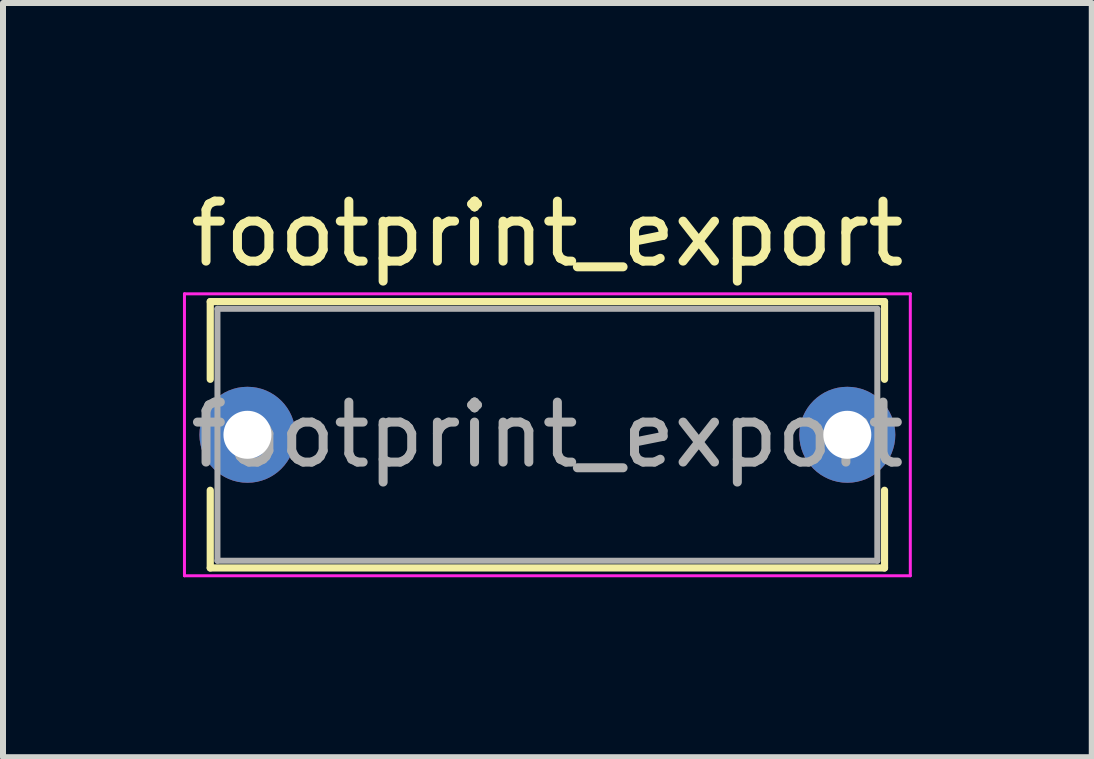
<source format=kicad_pcb>
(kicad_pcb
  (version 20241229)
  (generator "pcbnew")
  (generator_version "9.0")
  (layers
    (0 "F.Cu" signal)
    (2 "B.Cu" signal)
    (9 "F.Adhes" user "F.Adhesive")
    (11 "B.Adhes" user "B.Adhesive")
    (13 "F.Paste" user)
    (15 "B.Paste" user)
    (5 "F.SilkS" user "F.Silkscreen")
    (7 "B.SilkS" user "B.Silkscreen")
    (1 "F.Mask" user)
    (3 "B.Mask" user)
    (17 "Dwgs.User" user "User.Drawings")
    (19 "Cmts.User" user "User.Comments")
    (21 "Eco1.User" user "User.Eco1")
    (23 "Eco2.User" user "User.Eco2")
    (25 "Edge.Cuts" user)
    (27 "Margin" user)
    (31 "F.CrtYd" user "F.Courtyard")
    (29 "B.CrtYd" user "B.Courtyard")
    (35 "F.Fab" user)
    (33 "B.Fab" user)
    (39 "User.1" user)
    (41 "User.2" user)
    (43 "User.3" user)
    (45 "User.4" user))
  (footprint "footprint_export"
    (layer "F.Cu")
    (at 1.075 4.198)
    (property "Reference" "footprint_export" (at 5 -3.35 0) (layer "F.SilkS") (effects (font (size 1 1) (thickness 0.15))))
    (attr through_hole)
    (fp_line (start -0.62 -2.22) (end -0.62 -0.925) (stroke (width 0.12) (type solid)) (layer "F.SilkS"))
    (fp_line (start -0.62 -2.22) (end 10.62 -2.22) (stroke (width 0.12) (type solid)) (layer "F.SilkS"))
    (fp_line (start -0.62 0.925) (end -0.62 2.22) (stroke (width 0.12) (type solid)) (layer "F.SilkS"))
    (fp_line (start -0.62 2.22) (end 10.62 2.22) (stroke (width 0.12) (type solid)) (layer "F.SilkS"))
    (fp_line (start 10.62 -2.22) (end 10.62 -0.925) (stroke (width 0.12) (type solid)) (layer "F.SilkS"))
    (fp_line (start 10.62 0.925) (end 10.62 2.22) (stroke (width 0.12) (type solid)) (layer "F.SilkS"))
    (fp_line (start -1.05 -2.35) (end -1.05 2.35) (stroke (width 0.05) (type solid)) (layer "F.CrtYd"))
    (fp_line (start -1.05 2.35) (end 11.05 2.35) (stroke (width 0.05) (type solid)) (layer "F.CrtYd"))
    (fp_line (start 11.05 -2.35) (end -1.05 -2.35) (stroke (width 0.05) (type solid)) (layer "F.CrtYd"))
    (fp_line (start 11.05 2.35) (end 11.05 -2.35) (stroke (width 0.05) (type solid)) (layer "F.CrtYd"))
    (fp_line (start -0.5 -2.1) (end -0.5 2.1) (stroke (width 0.1) (type solid)) (layer "F.Fab"))
    (fp_line (start -0.5 2.1) (end 10.5 2.1) (stroke (width 0.1) (type solid)) (layer "F.Fab"))
    (fp_line (start 10.5 -2.1) (end -0.5 -2.1) (stroke (width 0.1) (type solid)) (layer "F.Fab"))
    (fp_line (start 10.5 2.1) (end 10.5 -2.1) (stroke (width 0.1) (type solid)) (layer "F.Fab"))
    (fp_text user "${REFERENCE}" (at 5 0 0) (layer "F.Fab") (effects (font (size 1 1) (thickness 0.15))))
    (pad "1" thru_hole circle (at 0 0) (size 1.6 1.6) (drill 0.8) (layers "*.Cu" "*.Mask"))
    (pad "2" thru_hole circle (at 10 0) (size 1.6 1.6) (drill 0.8) (layers "*.Cu" "*.Mask")))
  (gr_rect
    (start -3 -3)
    (end 15.15 9.573)
    (stroke (width 0.1) (type default))
    (fill no)
    (layer "Edge.Cuts")))
</source>
